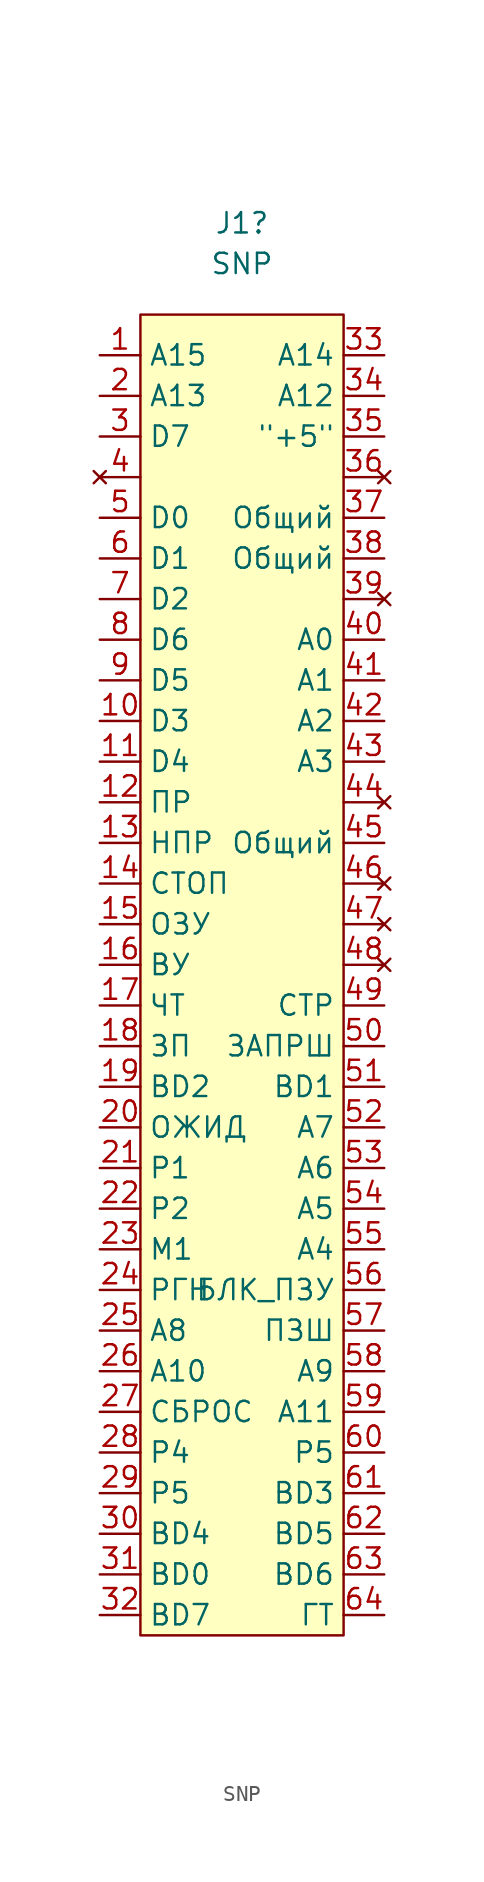
<source format=kicad_sym>
(kicad_symbol_lib
  (version 20220914)
  (generator kicad_symbol_editor)
  (symbol "SNP"
    (property "Reference" "J1"
      (at 0 43.815 0)
      (effects (font (size 1.27 1.27))))
    (property "Value" "SNP"
      (at 0 41.275 0)
      (effects (font (size 1.27 1.27))))
    (symbol "SNP_0_1"
      (rectangle (start -6.35 38.1) (end 6.35 -44.45) (stroke (width 0) (type default)) (fill (type background))))
    (symbol "SNP_1_1"
      (pin bidirectional line (at -8.89 35.56 0) (length 2.54) (name "A15" (effects (font (size 1.27 1.27)))) (number "1" (effects (font (size 1.27 1.27)))))
      (pin bidirectional line (at -8.89 12.7 0) (length 2.54) (name "D3" (effects (font (size 1.27 1.27)))) (number "10" (effects (font (size 1.27 1.27)))))
      (pin bidirectional line (at -8.89 10.16 0) (length 2.54) (name "D4" (effects (font (size 1.27 1.27)))) (number "11" (effects (font (size 1.27 1.27)))))
      (pin bidirectional line (at -8.89 7.62 0) (length 2.54) (name "ПР" (effects (font (size 1.27 1.27)))) (number "12" (effects (font (size 1.27 1.27)))))
      (pin bidirectional line (at -8.89 5.08 0) (length 2.54) (name "НПР" (effects (font (size 1.27 1.27)))) (number "13" (effects (font (size 1.27 1.27)))))
      (pin bidirectional line (at -8.89 2.54 0) (length 2.54) (name "СТОП" (effects (font (size 1.27 1.27)))) (number "14" (effects (font (size 1.27 1.27)))))
      (pin bidirectional line (at -8.89 0 0) (length 2.54) (name "ОЗУ" (effects (font (size 1.27 1.27)))) (number "15" (effects (font (size 1.27 1.27)))))
      (pin bidirectional line (at -8.89 -2.54 0) (length 2.54) (name "ВУ" (effects (font (size 1.27 1.27)))) (number "16" (effects (font (size 1.27 1.27)))))
      (pin bidirectional line (at -8.89 -5.08 0) (length 2.54) (name "ЧТ" (effects (font (size 1.27 1.27)))) (number "17" (effects (font (size 1.27 1.27)))))
      (pin bidirectional line (at -8.89 -7.62 0) (length 2.54) (name "ЗП" (effects (font (size 1.27 1.27)))) (number "18" (effects (font (size 1.27 1.27)))))
      (pin bidirectional line (at -8.89 -10.16 0) (length 2.54) (name "BD2" (effects (font (size 1.27 1.27)))) (number "19" (effects (font (size 1.27 1.27)))))
      (pin bidirectional line (at -8.89 33.02 0) (length 2.54) (name "A13" (effects (font (size 1.27 1.27)))) (number "2" (effects (font (size 1.27 1.27)))))
      (pin bidirectional line (at -8.89 -12.7 0) (length 2.54) (name "ОЖИД" (effects (font (size 1.27 1.27)))) (number "20" (effects (font (size 1.27 1.27)))))
      (pin bidirectional line (at -8.89 -15.24 0) (length 2.54) (name "P1" (effects (font (size 1.27 1.27)))) (number "21" (effects (font (size 1.27 1.27)))))
      (pin bidirectional line (at -8.89 -17.78 0) (length 2.54) (name "P2" (effects (font (size 1.27 1.27)))) (number "22" (effects (font (size 1.27 1.27)))))
      (pin bidirectional line (at -8.89 -20.32 0) (length 2.54) (name "М1" (effects (font (size 1.27 1.27)))) (number "23" (effects (font (size 1.27 1.27)))))
      (pin bidirectional line (at -8.89 -22.86 0) (length 2.54) (name "РГН" (effects (font (size 1.27 1.27)))) (number "24" (effects (font (size 1.27 1.27)))))
      (pin bidirectional line (at -8.89 -25.4 0) (length 2.54) (name "A8" (effects (font (size 1.27 1.27)))) (number "25" (effects (font (size 1.27 1.27)))))
      (pin bidirectional line (at -8.89 -27.94 0) (length 2.54) (name "A10" (effects (font (size 1.27 1.27)))) (number "26" (effects (font (size 1.27 1.27)))))
      (pin bidirectional line (at -8.89 -30.48 0) (length 2.54) (name "СБРОС" (effects (font (size 1.27 1.27)))) (number "27" (effects (font (size 1.27 1.27)))))
      (pin bidirectional line (at -8.89 -33.02 0) (length 2.54) (name "P4" (effects (font (size 1.27 1.27)))) (number "28" (effects (font (size 1.27 1.27)))))
      (pin bidirectional line (at -8.89 -35.56 0) (length 2.54) (name "P5" (effects (font (size 1.27 1.27)))) (number "29" (effects (font (size 1.27 1.27)))))
      (pin bidirectional line (at -8.89 30.48 0) (length 2.54) (name "D7" (effects (font (size 1.27 1.27)))) (number "3" (effects (font (size 1.27 1.27)))))
      (pin bidirectional line (at -8.89 -38.1 0) (length 2.54) (name "BD4" (effects (font (size 1.27 1.27)))) (number "30" (effects (font (size 1.27 1.27)))))
      (pin bidirectional line (at -8.89 -40.64 0) (length 2.54) (name "BD0" (effects (font (size 1.27 1.27)))) (number "31" (effects (font (size 1.27 1.27)))))
      (pin bidirectional line (at -8.89 -43.18 0) (length 2.54) (name "BD7" (effects (font (size 1.27 1.27)))) (number "32" (effects (font (size 1.27 1.27)))))
      (pin bidirectional line (at 8.89 35.56 180) (length 2.54) (name "A14" (effects (font (size 1.27 1.27)))) (number "33" (effects (font (size 1.27 1.27)))))
      (pin bidirectional line (at 8.89 33.02 180) (length 2.54) (name "A12" (effects (font (size 1.27 1.27)))) (number "34" (effects (font (size 1.27 1.27)))))
      (pin power_in line (at 8.89 30.48 180) (length 2.54) (name "\"+5\"" (effects (font (size 1.27 1.27)))) (number "35" (effects (font (size 1.27 1.27)))))
      (pin no_connect line (at 8.89 27.94 180) (length 2.54) (name "" (effects (font (size 1.27 1.27)))) (number "36" (effects (font (size 1.27 1.27)))))
      (pin power_in line (at 8.89 25.4 180) (length 2.54) (name "Общий" (effects (font (size 1.27 1.27)))) (number "37" (effects (font (size 1.27 1.27)))))
      (pin power_in line (at 8.89 22.86 180) (length 2.54) (name "Общий" (effects (font (size 1.27 1.27)))) (number "38" (effects (font (size 1.27 1.27)))))
      (pin no_connect line (at 8.89 20.32 180) (length 2.54) (name "" (effects (font (size 1.27 1.27)))) (number "39" (effects (font (size 1.27 1.27)))))
      (pin no_connect line (at -8.89 27.94 0) (length 2.54) (name "" (effects (font (size 1.27 1.27)))) (number "4" (effects (font (size 1.27 1.27)))))
      (pin bidirectional line (at 8.89 17.78 180) (length 2.54) (name "A0" (effects (font (size 1.27 1.27)))) (number "40" (effects (font (size 1.27 1.27)))))
      (pin bidirectional line (at 8.89 15.24 180) (length 2.54) (name "A1" (effects (font (size 1.27 1.27)))) (number "41" (effects (font (size 1.27 1.27)))))
      (pin bidirectional line (at 8.89 12.7 180) (length 2.54) (name "A2" (effects (font (size 1.27 1.27)))) (number "42" (effects (font (size 1.27 1.27)))))
      (pin bidirectional line (at 8.89 10.16 180) (length 2.54) (name "A3" (effects (font (size 1.27 1.27)))) (number "43" (effects (font (size 1.27 1.27)))))
      (pin no_connect line (at 8.89 7.62 180) (length 2.54) (name "" (effects (font (size 1.27 1.27)))) (number "44" (effects (font (size 1.27 1.27)))))
      (pin power_in line (at 8.89 5.08 180) (length 2.54) (name "Общий" (effects (font (size 1.27 1.27)))) (number "45" (effects (font (size 1.27 1.27)))))
      (pin no_connect line (at 8.89 2.54 180) (length 2.54) (name "" (effects (font (size 1.27 1.27)))) (number "46" (effects (font (size 1.27 1.27)))))
      (pin no_connect line (at 8.89 0 180) (length 2.54) (name "" (effects (font (size 1.27 1.27)))) (number "47" (effects (font (size 1.27 1.27)))))
      (pin no_connect line (at 8.89 -2.54 180) (length 2.54) (name "" (effects (font (size 1.27 1.27)))) (number "48" (effects (font (size 1.27 1.27)))))
      (pin bidirectional line (at 8.89 -5.08 180) (length 2.54) (name "СТР" (effects (font (size 1.27 1.27)))) (number "49" (effects (font (size 1.27 1.27)))))
      (pin bidirectional line (at -8.89 25.4 0) (length 2.54) (name "D0" (effects (font (size 1.27 1.27)))) (number "5" (effects (font (size 1.27 1.27)))))
      (pin bidirectional line (at 8.89 -7.62 180) (length 2.54) (name "ЗАПРШ" (effects (font (size 1.27 1.27)))) (number "50" (effects (font (size 1.27 1.27)))))
      (pin bidirectional line (at 8.89 -10.16 180) (length 2.54) (name "BD1" (effects (font (size 1.27 1.27)))) (number "51" (effects (font (size 1.27 1.27)))))
      (pin bidirectional line (at 8.89 -12.7 180) (length 2.54) (name "A7" (effects (font (size 1.27 1.27)))) (number "52" (effects (font (size 1.27 1.27)))))
      (pin bidirectional line (at 8.89 -15.24 180) (length 2.54) (name "A6" (effects (font (size 1.27 1.27)))) (number "53" (effects (font (size 1.27 1.27)))))
      (pin bidirectional line (at 8.89 -17.78 180) (length 2.54) (name "A5" (effects (font (size 1.27 1.27)))) (number "54" (effects (font (size 1.27 1.27)))))
      (pin bidirectional line (at 8.89 -20.32 180) (length 2.54) (name "A4" (effects (font (size 1.27 1.27)))) (number "55" (effects (font (size 1.27 1.27)))))
      (pin bidirectional line (at 8.89 -22.86 180) (length 2.54) (name "БЛК_ПЗУ" (effects (font (size 1.27 1.27)))) (number "56" (effects (font (size 1.27 1.27)))))
      (pin bidirectional line (at 8.89 -25.4 180) (length 2.54) (name "ПЗШ" (effects (font (size 1.27 1.27)))) (number "57" (effects (font (size 1.27 1.27)))))
      (pin bidirectional line (at 8.89 -27.94 180) (length 2.54) (name "A9" (effects (font (size 1.27 1.27)))) (number "58" (effects (font (size 1.27 1.27)))))
      (pin bidirectional line (at 8.89 -30.48 180) (length 2.54) (name "A11" (effects (font (size 1.27 1.27)))) (number "59" (effects (font (size 1.27 1.27)))))
      (pin bidirectional line (at -8.89 22.86 0) (length 2.54) (name "D1" (effects (font (size 1.27 1.27)))) (number "6" (effects (font (size 1.27 1.27)))))
      (pin bidirectional line (at 8.89 -33.02 180) (length 2.54) (name "P5" (effects (font (size 1.27 1.27)))) (number "60" (effects (font (size 1.27 1.27)))))
      (pin bidirectional line (at 8.89 -35.56 180) (length 2.54) (name "BD3" (effects (font (size 1.27 1.27)))) (number "61" (effects (font (size 1.27 1.27)))))
      (pin bidirectional line (at 8.89 -38.1 180) (length 2.54) (name "BD5" (effects (font (size 1.27 1.27)))) (number "62" (effects (font (size 1.27 1.27)))))
      (pin bidirectional line (at 8.89 -40.64 180) (length 2.54) (name "BD6" (effects (font (size 1.27 1.27)))) (number "63" (effects (font (size 1.27 1.27)))))
      (pin bidirectional line (at 8.89 -43.18 180) (length 2.54) (name "ГТ" (effects (font (size 1.27 1.27)))) (number "64" (effects (font (size 1.27 1.27)))))
      (pin bidirectional line (at -8.89 20.32 0) (length 2.54) (name "D2" (effects (font (size 1.27 1.27)))) (number "7" (effects (font (size 1.27 1.27)))))
      (pin bidirectional line (at -8.89 17.78 0) (length 2.54) (name "D6" (effects (font (size 1.27 1.27)))) (number "8" (effects (font (size 1.27 1.27)))))
      (pin bidirectional line (at -8.89 15.24 0) (length 2.54) (name "D5" (effects (font (size 1.27 1.27)))) (number "9" (effects (font (size 1.27 1.27))))))))
</source>
